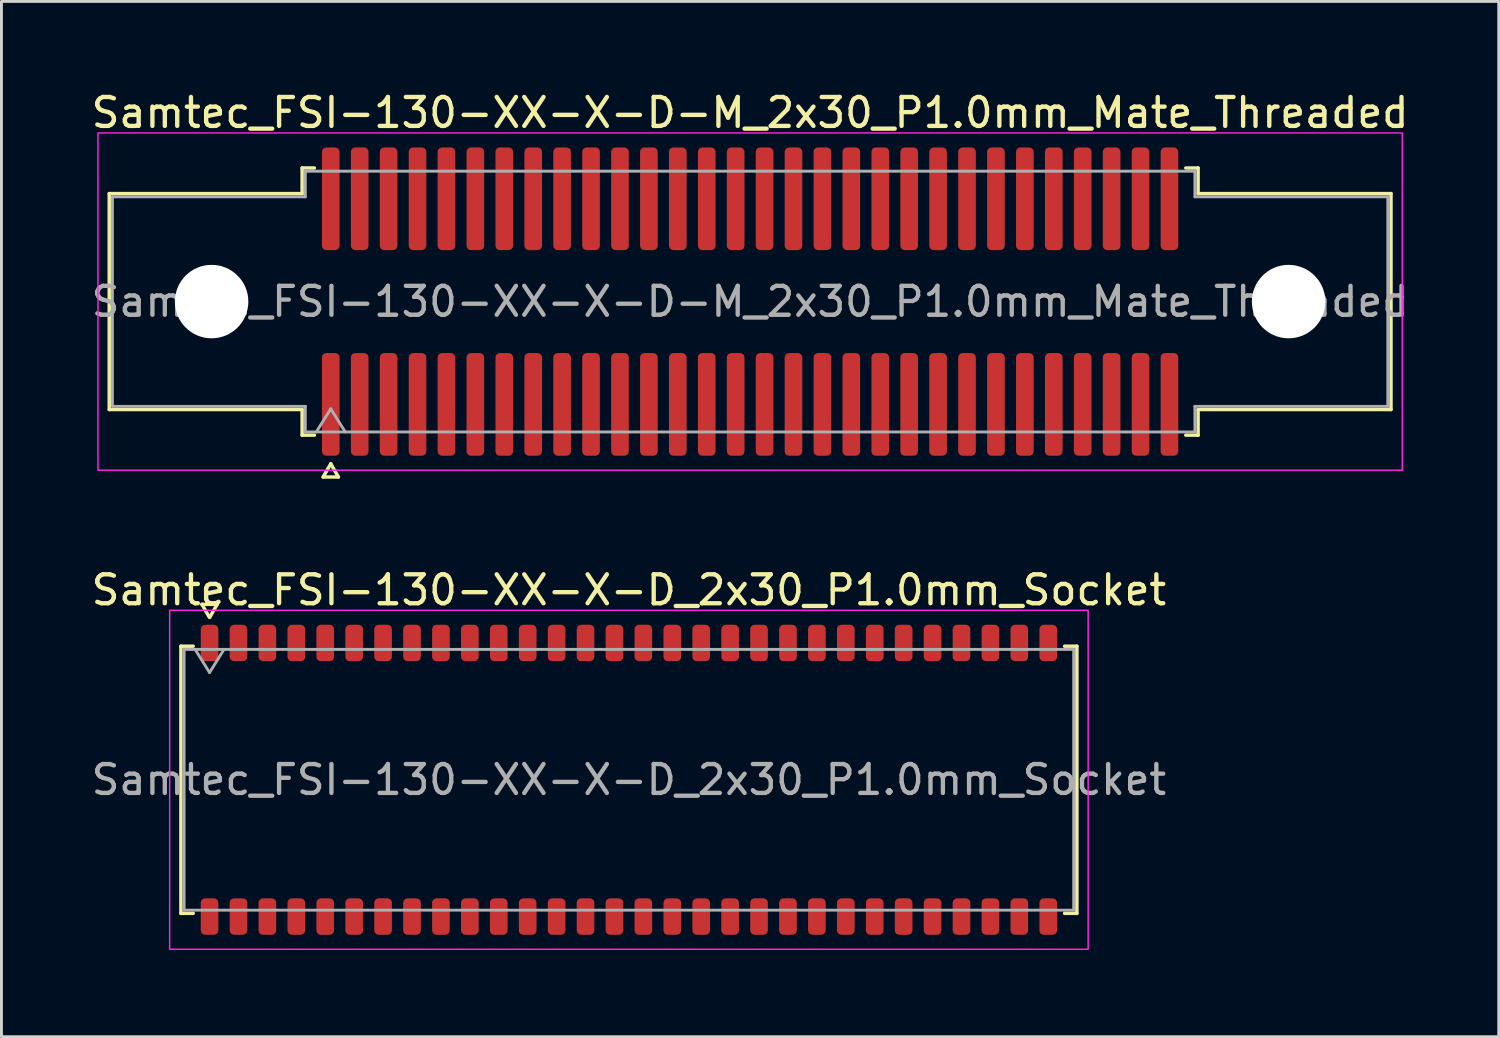
<source format=kicad_pcb>
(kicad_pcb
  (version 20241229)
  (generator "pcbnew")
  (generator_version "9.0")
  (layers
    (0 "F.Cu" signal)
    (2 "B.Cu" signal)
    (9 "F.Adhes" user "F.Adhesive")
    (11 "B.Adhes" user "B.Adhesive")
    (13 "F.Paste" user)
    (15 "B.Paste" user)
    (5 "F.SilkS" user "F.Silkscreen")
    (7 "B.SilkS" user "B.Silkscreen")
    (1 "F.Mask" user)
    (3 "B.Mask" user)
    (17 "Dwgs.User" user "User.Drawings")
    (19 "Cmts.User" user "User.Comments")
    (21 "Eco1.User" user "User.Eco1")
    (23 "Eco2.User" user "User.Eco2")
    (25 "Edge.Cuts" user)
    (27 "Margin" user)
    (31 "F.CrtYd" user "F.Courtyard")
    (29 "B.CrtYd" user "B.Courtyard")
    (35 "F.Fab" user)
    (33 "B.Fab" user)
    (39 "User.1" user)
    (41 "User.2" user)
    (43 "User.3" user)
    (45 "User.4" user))
  (footprint "Samtec_FSI-130-XX-X-D_2x30_P1.0mm_Socket"
    (layer "F.Cu")
    (at 18.696 23.913)
    (property "Reference" "Samtec_FSI-130-XX-X-D_2x30_P1.0mm_Socket" (at 0 -6.56 0) (layer "F.SilkS") (effects (font (size 1 1) (thickness 0.15))))
    (attr smd)
    (fp_line (start -15.49 -4.619) (end -15.065 -4.619) (stroke (width 0.12) (type solid)) (layer "F.SilkS"))
    (fp_line (start -15.49 4.619) (end -15.49 -4.619) (stroke (width 0.12) (type solid)) (layer "F.SilkS"))
    (fp_line (start -15.065 4.619) (end -15.49 4.619) (stroke (width 0.12) (type solid)) (layer "F.SilkS"))
    (fp_line (start -14.764 -6.066) (end -14.507 -5.62) (stroke (width 0.12) (type solid)) (layer "F.SilkS"))
    (fp_line (start -14.493 -5.62) (end -14.236 -6.066) (stroke (width 0.12) (type solid)) (layer "F.SilkS"))
    (fp_line (start -14.236 -6.066) (end -14.764 -6.066) (stroke (width 0.12) (type solid)) (layer "F.SilkS"))
    (fp_line (start 15.065 -4.619) (end 15.49 -4.619) (stroke (width 0.12) (type solid)) (layer "F.SilkS"))
    (fp_line (start 15.49 -4.619) (end 15.49 4.619) (stroke (width 0.12) (type solid)) (layer "F.SilkS"))
    (fp_line (start 15.49 4.619) (end 15.065 4.619) (stroke (width 0.12) (type solid)) (layer "F.SilkS"))
    (fp_rect (start -15.88 -5.86) (end 15.88 5.86) (stroke (width 0.05) (type solid)) (fill no) (layer "F.CrtYd"))
    (fp_line (start -15.38 -4.508) (end 15.38 -4.508) (stroke (width 0.1) (type solid)) (layer "F.Fab"))
    (fp_line (start -15.38 4.508) (end -15.38 -4.508) (stroke (width 0.1) (type solid)) (layer "F.Fab"))
    (fp_line (start -15 -4.508) (end -14.5 -3.708) (stroke (width 0.1) (type solid)) (layer "F.Fab"))
    (fp_line (start -14.5 -3.708) (end -14 -4.508) (stroke (width 0.1) (type solid)) (layer "F.Fab"))
    (fp_line (start 15.38 -4.508) (end 15.38 4.508) (stroke (width 0.1) (type solid)) (layer "F.Fab"))
    (fp_line (start 15.38 4.508) (end -15.38 4.508) (stroke (width 0.1) (type solid)) (layer "F.Fab"))
    (fp_text user "${REFERENCE}" (at 0 0 0) (layer "F.Fab") (effects (font (size 1 1) (thickness 0.15))))
    (pad "1" smd roundrect (at -14.5 -4.73) (size 0.61 1.26) (layers "F.Cu" "F.Mask" "F.Paste") (roundrect_rratio 0.25))
    (pad "2" smd roundrect (at -14.5 4.73) (size 0.61 1.26) (layers "F.Cu" "F.Mask" "F.Paste") (roundrect_rratio 0.25))
    (pad "3" smd roundrect (at -13.5 -4.73) (size 0.61 1.26) (layers "F.Cu" "F.Mask" "F.Paste") (roundrect_rratio 0.25))
    (pad "4" smd roundrect (at -13.5 4.73) (size 0.61 1.26) (layers "F.Cu" "F.Mask" "F.Paste") (roundrect_rratio 0.25))
    (pad "5" smd roundrect (at -12.5 -4.73) (size 0.61 1.26) (layers "F.Cu" "F.Mask" "F.Paste") (roundrect_rratio 0.25))
    (pad "6" smd roundrect (at -12.5 4.73) (size 0.61 1.26) (layers "F.Cu" "F.Mask" "F.Paste") (roundrect_rratio 0.25))
    (pad "7" smd roundrect (at -11.5 -4.73) (size 0.61 1.26) (layers "F.Cu" "F.Mask" "F.Paste") (roundrect_rratio 0.25))
    (pad "8" smd roundrect (at -11.5 4.73) (size 0.61 1.26) (layers "F.Cu" "F.Mask" "F.Paste") (roundrect_rratio 0.25))
    (pad "9" smd roundrect (at -10.5 -4.73) (size 0.61 1.26) (layers "F.Cu" "F.Mask" "F.Paste") (roundrect_rratio 0.25))
    (pad "10" smd roundrect (at -10.5 4.73) (size 0.61 1.26) (layers "F.Cu" "F.Mask" "F.Paste") (roundrect_rratio 0.25))
    (pad "11" smd roundrect (at -9.5 -4.73) (size 0.61 1.26) (layers "F.Cu" "F.Mask" "F.Paste") (roundrect_rratio 0.25))
    (pad "12" smd roundrect (at -9.5 4.73) (size 0.61 1.26) (layers "F.Cu" "F.Mask" "F.Paste") (roundrect_rratio 0.25))
    (pad "13" smd roundrect (at -8.5 -4.73) (size 0.61 1.26) (layers "F.Cu" "F.Mask" "F.Paste") (roundrect_rratio 0.25))
    (pad "14" smd roundrect (at -8.5 4.73) (size 0.61 1.26) (layers "F.Cu" "F.Mask" "F.Paste") (roundrect_rratio 0.25))
    (pad "15" smd roundrect (at -7.5 -4.73) (size 0.61 1.26) (layers "F.Cu" "F.Mask" "F.Paste") (roundrect_rratio 0.25))
    (pad "16" smd roundrect (at -7.5 4.73) (size 0.61 1.26) (layers "F.Cu" "F.Mask" "F.Paste") (roundrect_rratio 0.25))
    (pad "17" smd roundrect (at -6.5 -4.73) (size 0.61 1.26) (layers "F.Cu" "F.Mask" "F.Paste") (roundrect_rratio 0.25))
    (pad "18" smd roundrect (at -6.5 4.73) (size 0.61 1.26) (layers "F.Cu" "F.Mask" "F.Paste") (roundrect_rratio 0.25))
    (pad "19" smd roundrect (at -5.5 -4.73) (size 0.61 1.26) (layers "F.Cu" "F.Mask" "F.Paste") (roundrect_rratio 0.25))
    (pad "20" smd roundrect (at -5.5 4.73) (size 0.61 1.26) (layers "F.Cu" "F.Mask" "F.Paste") (roundrect_rratio 0.25))
    (pad "21" smd roundrect (at -4.5 -4.73) (size 0.61 1.26) (layers "F.Cu" "F.Mask" "F.Paste") (roundrect_rratio 0.25))
    (pad "22" smd roundrect (at -4.5 4.73) (size 0.61 1.26) (layers "F.Cu" "F.Mask" "F.Paste") (roundrect_rratio 0.25))
    (pad "23" smd roundrect (at -3.5 -4.73) (size 0.61 1.26) (layers "F.Cu" "F.Mask" "F.Paste") (roundrect_rratio 0.25))
    (pad "24" smd roundrect (at -3.5 4.73) (size 0.61 1.26) (layers "F.Cu" "F.Mask" "F.Paste") (roundrect_rratio 0.25))
    (pad "25" smd roundrect (at -2.5 -4.73) (size 0.61 1.26) (layers "F.Cu" "F.Mask" "F.Paste") (roundrect_rratio 0.25))
    (pad "26" smd roundrect (at -2.5 4.73) (size 0.61 1.26) (layers "F.Cu" "F.Mask" "F.Paste") (roundrect_rratio 0.25))
    (pad "27" smd roundrect (at -1.5 -4.73) (size 0.61 1.26) (layers "F.Cu" "F.Mask" "F.Paste") (roundrect_rratio 0.25))
    (pad "28" smd roundrect (at -1.5 4.73) (size 0.61 1.26) (layers "F.Cu" "F.Mask" "F.Paste") (roundrect_rratio 0.25))
    (pad "29" smd roundrect (at -0.5 -4.73) (size 0.61 1.26) (layers "F.Cu" "F.Mask" "F.Paste") (roundrect_rratio 0.25))
    (pad "30" smd roundrect (at -0.5 4.73) (size 0.61 1.26) (layers "F.Cu" "F.Mask" "F.Paste") (roundrect_rratio 0.25))
    (pad "31" smd roundrect (at 0.5 -4.73) (size 0.61 1.26) (layers "F.Cu" "F.Mask" "F.Paste") (roundrect_rratio 0.25))
    (pad "32" smd roundrect (at 0.5 4.73) (size 0.61 1.26) (layers "F.Cu" "F.Mask" "F.Paste") (roundrect_rratio 0.25))
    (pad "33" smd roundrect (at 1.5 -4.73) (size 0.61 1.26) (layers "F.Cu" "F.Mask" "F.Paste") (roundrect_rratio 0.25))
    (pad "34" smd roundrect (at 1.5 4.73) (size 0.61 1.26) (layers "F.Cu" "F.Mask" "F.Paste") (roundrect_rratio 0.25))
    (pad "35" smd roundrect (at 2.5 -4.73) (size 0.61 1.26) (layers "F.Cu" "F.Mask" "F.Paste") (roundrect_rratio 0.25))
    (pad "36" smd roundrect (at 2.5 4.73) (size 0.61 1.26) (layers "F.Cu" "F.Mask" "F.Paste") (roundrect_rratio 0.25))
    (pad "37" smd roundrect (at 3.5 -4.73) (size 0.61 1.26) (layers "F.Cu" "F.Mask" "F.Paste") (roundrect_rratio 0.25))
    (pad "38" smd roundrect (at 3.5 4.73) (size 0.61 1.26) (layers "F.Cu" "F.Mask" "F.Paste") (roundrect_rratio 0.25))
    (pad "39" smd roundrect (at 4.5 -4.73) (size 0.61 1.26) (layers "F.Cu" "F.Mask" "F.Paste") (roundrect_rratio 0.25))
    (pad "40" smd roundrect (at 4.5 4.73) (size 0.61 1.26) (layers "F.Cu" "F.Mask" "F.Paste") (roundrect_rratio 0.25))
    (pad "41" smd roundrect (at 5.5 -4.73) (size 0.61 1.26) (layers "F.Cu" "F.Mask" "F.Paste") (roundrect_rratio 0.25))
    (pad "42" smd roundrect (at 5.5 4.73) (size 0.61 1.26) (layers "F.Cu" "F.Mask" "F.Paste") (roundrect_rratio 0.25))
    (pad "43" smd roundrect (at 6.5 -4.73) (size 0.61 1.26) (layers "F.Cu" "F.Mask" "F.Paste") (roundrect_rratio 0.25))
    (pad "44" smd roundrect (at 6.5 4.73) (size 0.61 1.26) (layers "F.Cu" "F.Mask" "F.Paste") (roundrect_rratio 0.25))
    (pad "45" smd roundrect (at 7.5 -4.73) (size 0.61 1.26) (layers "F.Cu" "F.Mask" "F.Paste") (roundrect_rratio 0.25))
    (pad "46" smd roundrect (at 7.5 4.73) (size 0.61 1.26) (layers "F.Cu" "F.Mask" "F.Paste") (roundrect_rratio 0.25))
    (pad "47" smd roundrect (at 8.5 -4.73) (size 0.61 1.26) (layers "F.Cu" "F.Mask" "F.Paste") (roundrect_rratio 0.25))
    (pad "48" smd roundrect (at 8.5 4.73) (size 0.61 1.26) (layers "F.Cu" "F.Mask" "F.Paste") (roundrect_rratio 0.25))
    (pad "49" smd roundrect (at 9.5 -4.73) (size 0.61 1.26) (layers "F.Cu" "F.Mask" "F.Paste") (roundrect_rratio 0.25))
    (pad "50" smd roundrect (at 9.5 4.73) (size 0.61 1.26) (layers "F.Cu" "F.Mask" "F.Paste") (roundrect_rratio 0.25))
    (pad "51" smd roundrect (at 10.5 -4.73) (size 0.61 1.26) (layers "F.Cu" "F.Mask" "F.Paste") (roundrect_rratio 0.25))
    (pad "52" smd roundrect (at 10.5 4.73) (size 0.61 1.26) (layers "F.Cu" "F.Mask" "F.Paste") (roundrect_rratio 0.25))
    (pad "53" smd roundrect (at 11.5 -4.73) (size 0.61 1.26) (layers "F.Cu" "F.Mask" "F.Paste") (roundrect_rratio 0.25))
    (pad "54" smd roundrect (at 11.5 4.73) (size 0.61 1.26) (layers "F.Cu" "F.Mask" "F.Paste") (roundrect_rratio 0.25))
    (pad "55" smd roundrect (at 12.5 -4.73) (size 0.61 1.26) (layers "F.Cu" "F.Mask" "F.Paste") (roundrect_rratio 0.25))
    (pad "56" smd roundrect (at 12.5 4.73) (size 0.61 1.26) (layers "F.Cu" "F.Mask" "F.Paste") (roundrect_rratio 0.25))
    (pad "57" smd roundrect (at 13.5 -4.73) (size 0.61 1.26) (layers "F.Cu" "F.Mask" "F.Paste") (roundrect_rratio 0.25))
    (pad "58" smd roundrect (at 13.5 4.73) (size 0.61 1.26) (layers "F.Cu" "F.Mask" "F.Paste") (roundrect_rratio 0.25))
    (pad "59" smd roundrect (at 14.5 -4.73) (size 0.61 1.26) (layers "F.Cu" "F.Mask" "F.Paste") (roundrect_rratio 0.25))
    (pad "60" smd roundrect (at 14.5 4.73) (size 0.61 1.26) (layers "F.Cu" "F.Mask" "F.Paste") (roundrect_rratio 0.25)))
  (footprint "Samtec_FSI-130-XX-X-D-M_2x30_P1.0mm_Mate_Threaded"
    (layer "F.Cu")
    (at 22.887 7.378)
    (property "Reference" "Samtec_FSI-130-XX-X-D-M_2x30_P1.0mm_Mate_Threaded" (at 0 -6.53 0) (layer "F.SilkS") (effects (font (size 1 1) (thickness 0.15))))
    (attr exclude_from_pos_files exclude_from_bom)
    (fp_line (start -22.16 -3.733) (end -15.49 -3.733) (stroke (width 0.12) (type solid)) (layer "F.SilkS"))
    (fp_line (start -22.16 3.733) (end -22.16 -3.733) (stroke (width 0.12) (type solid)) (layer "F.SilkS"))
    (fp_line (start -15.49 -4.619) (end -15.065 -4.619) (stroke (width 0.12) (type solid)) (layer "F.SilkS"))
    (fp_line (start -15.49 -3.733) (end -15.49 -4.619) (stroke (width 0.12) (type solid)) (layer "F.SilkS"))
    (fp_line (start -15.49 3.733) (end -22.16 3.733) (stroke (width 0.12) (type solid)) (layer "F.SilkS"))
    (fp_line (start -15.49 4.619) (end -15.49 3.733) (stroke (width 0.12) (type solid)) (layer "F.SilkS"))
    (fp_line (start -15.065 4.619) (end -15.49 4.619) (stroke (width 0.12) (type solid)) (layer "F.SilkS"))
    (fp_line (start -14.764 6.066) (end -14.5 5.609) (stroke (width 0.12) (type solid)) (layer "F.SilkS"))
    (fp_line (start -14.5 5.609) (end -14.236 6.066) (stroke (width 0.12) (type solid)) (layer "F.SilkS"))
    (fp_line (start -14.236 6.066) (end -14.764 6.066) (stroke (width 0.12) (type solid)) (layer "F.SilkS"))
    (fp_line (start 15.065 -4.619) (end 15.49 -4.619) (stroke (width 0.12) (type solid)) (layer "F.SilkS"))
    (fp_line (start 15.49 -4.619) (end 15.49 -3.733) (stroke (width 0.12) (type solid)) (layer "F.SilkS"))
    (fp_line (start 15.49 -3.733) (end 22.16 -3.733) (stroke (width 0.12) (type solid)) (layer "F.SilkS"))
    (fp_line (start 15.49 3.733) (end 15.49 4.619) (stroke (width 0.12) (type solid)) (layer "F.SilkS"))
    (fp_line (start 15.49 4.619) (end 15.065 4.619) (stroke (width 0.12) (type solid)) (layer "F.SilkS"))
    (fp_line (start 22.16 -3.733) (end 22.16 3.733) (stroke (width 0.12) (type solid)) (layer "F.SilkS"))
    (fp_line (start 22.16 3.733) (end 15.49 3.733) (stroke (width 0.12) (type solid)) (layer "F.SilkS"))
    (fp_rect (start -22.55 -5.83) (end 22.55 5.83) (stroke (width 0.05) (type solid)) (fill no) (layer "F.CrtYd"))
    (fp_line (start -22.05 -3.623) (end -15.38 -3.623) (stroke (width 0.1) (type solid)) (layer "F.Fab"))
    (fp_line (start -22.05 3.623) (end -22.05 -3.623) (stroke (width 0.1) (type solid)) (layer "F.Fab"))
    (fp_line (start -15.38 -4.508) (end 15.38 -4.508) (stroke (width 0.1) (type solid)) (layer "F.Fab"))
    (fp_line (start -15.38 -3.623) (end -15.38 -4.508) (stroke (width 0.1) (type solid)) (layer "F.Fab"))
    (fp_line (start -15.38 3.623) (end -22.05 3.623) (stroke (width 0.1) (type solid)) (layer "F.Fab"))
    (fp_line (start -15.38 4.508) (end -15.38 3.623) (stroke (width 0.1) (type solid)) (layer "F.Fab"))
    (fp_line (start -15 4.508) (end -14.5 3.708) (stroke (width 0.1) (type solid)) (layer "F.Fab"))
    (fp_line (start -14.5 3.708) (end -14 4.508) (stroke (width 0.1) (type solid)) (layer "F.Fab"))
    (fp_line (start 15.38 -4.508) (end 15.38 -3.623) (stroke (width 0.1) (type solid)) (layer "F.Fab"))
    (fp_line (start 15.38 -3.623) (end 22.05 -3.623) (stroke (width 0.1) (type solid)) (layer "F.Fab"))
    (fp_line (start 15.38 3.623) (end 15.38 4.508) (stroke (width 0.1) (type solid)) (layer "F.Fab"))
    (fp_line (start 15.38 4.508) (end -15.38 4.508) (stroke (width 0.1) (type solid)) (layer "F.Fab"))
    (fp_line (start 22.05 -3.623) (end 22.05 3.623) (stroke (width 0.1) (type solid)) (layer "F.Fab"))
    (fp_line (start 22.05 3.623) (end 15.38 3.623) (stroke (width 0.1) (type solid)) (layer "F.Fab"))
    (fp_text user "${REFERENCE}" (at 0 0 0) (layer "F.Fab") (effects (font (size 1 1) (thickness 0.15))))
    (pad "" np_thru_hole circle (at -18.62 0) (size 2.54 2.54) (drill 2.54) (layers "*.Cu" "*.Mask"))
    (pad "" np_thru_hole circle (at 18.62 0) (size 2.54 2.54) (drill 2.54) (layers "*.Cu" "*.Mask"))
    (pad "1" smd roundrect (at -14.5 3.555) (size 0.61 3.55) (layers "F.Cu" "F.Mask") (roundrect_rratio 0.25))
    (pad "2" smd roundrect (at -14.5 -3.555) (size 0.61 3.55) (layers "F.Cu" "F.Mask") (roundrect_rratio 0.25))
    (pad "3" smd roundrect (at -13.5 3.555) (size 0.61 3.55) (layers "F.Cu" "F.Mask") (roundrect_rratio 0.25))
    (pad "4" smd roundrect (at -13.5 -3.555) (size 0.61 3.55) (layers "F.Cu" "F.Mask") (roundrect_rratio 0.25))
    (pad "5" smd roundrect (at -12.5 3.555) (size 0.61 3.55) (layers "F.Cu" "F.Mask") (roundrect_rratio 0.25))
    (pad "6" smd roundrect (at -12.5 -3.555) (size 0.61 3.55) (layers "F.Cu" "F.Mask") (roundrect_rratio 0.25))
    (pad "7" smd roundrect (at -11.5 3.555) (size 0.61 3.55) (layers "F.Cu" "F.Mask") (roundrect_rratio 0.25))
    (pad "8" smd roundrect (at -11.5 -3.555) (size 0.61 3.55) (layers "F.Cu" "F.Mask") (roundrect_rratio 0.25))
    (pad "9" smd roundrect (at -10.5 3.555) (size 0.61 3.55) (layers "F.Cu" "F.Mask") (roundrect_rratio 0.25))
    (pad "10" smd roundrect (at -10.5 -3.555) (size 0.61 3.55) (layers "F.Cu" "F.Mask") (roundrect_rratio 0.25))
    (pad "11" smd roundrect (at -9.5 3.555) (size 0.61 3.55) (layers "F.Cu" "F.Mask") (roundrect_rratio 0.25))
    (pad "12" smd roundrect (at -9.5 -3.555) (size 0.61 3.55) (layers "F.Cu" "F.Mask") (roundrect_rratio 0.25))
    (pad "13" smd roundrect (at -8.5 3.555) (size 0.61 3.55) (layers "F.Cu" "F.Mask") (roundrect_rratio 0.25))
    (pad "14" smd roundrect (at -8.5 -3.555) (size 0.61 3.55) (layers "F.Cu" "F.Mask") (roundrect_rratio 0.25))
    (pad "15" smd roundrect (at -7.5 3.555) (size 0.61 3.55) (layers "F.Cu" "F.Mask") (roundrect_rratio 0.25))
    (pad "16" smd roundrect (at -7.5 -3.555) (size 0.61 3.55) (layers "F.Cu" "F.Mask") (roundrect_rratio 0.25))
    (pad "17" smd roundrect (at -6.5 3.555) (size 0.61 3.55) (layers "F.Cu" "F.Mask") (roundrect_rratio 0.25))
    (pad "18" smd roundrect (at -6.5 -3.555) (size 0.61 3.55) (layers "F.Cu" "F.Mask") (roundrect_rratio 0.25))
    (pad "19" smd roundrect (at -5.5 3.555) (size 0.61 3.55) (layers "F.Cu" "F.Mask") (roundrect_rratio 0.25))
    (pad "20" smd roundrect (at -5.5 -3.555) (size 0.61 3.55) (layers "F.Cu" "F.Mask") (roundrect_rratio 0.25))
    (pad "21" smd roundrect (at -4.5 3.555) (size 0.61 3.55) (layers "F.Cu" "F.Mask") (roundrect_rratio 0.25))
    (pad "22" smd roundrect (at -4.5 -3.555) (size 0.61 3.55) (layers "F.Cu" "F.Mask") (roundrect_rratio 0.25))
    (pad "23" smd roundrect (at -3.5 3.555) (size 0.61 3.55) (layers "F.Cu" "F.Mask") (roundrect_rratio 0.25))
    (pad "24" smd roundrect (at -3.5 -3.555) (size 0.61 3.55) (layers "F.Cu" "F.Mask") (roundrect_rratio 0.25))
    (pad "25" smd roundrect (at -2.5 3.555) (size 0.61 3.55) (layers "F.Cu" "F.Mask") (roundrect_rratio 0.25))
    (pad "26" smd roundrect (at -2.5 -3.555) (size 0.61 3.55) (layers "F.Cu" "F.Mask") (roundrect_rratio 0.25))
    (pad "27" smd roundrect (at -1.5 3.555) (size 0.61 3.55) (layers "F.Cu" "F.Mask") (roundrect_rratio 0.25))
    (pad "28" smd roundrect (at -1.5 -3.555) (size 0.61 3.55) (layers "F.Cu" "F.Mask") (roundrect_rratio 0.25))
    (pad "29" smd roundrect (at -0.5 3.555) (size 0.61 3.55) (layers "F.Cu" "F.Mask") (roundrect_rratio 0.25))
    (pad "30" smd roundrect (at -0.5 -3.555) (size 0.61 3.55) (layers "F.Cu" "F.Mask") (roundrect_rratio 0.25))
    (pad "31" smd roundrect (at 0.5 3.555) (size 0.61 3.55) (layers "F.Cu" "F.Mask") (roundrect_rratio 0.25))
    (pad "32" smd roundrect (at 0.5 -3.555) (size 0.61 3.55) (layers "F.Cu" "F.Mask") (roundrect_rratio 0.25))
    (pad "33" smd roundrect (at 1.5 3.555) (size 0.61 3.55) (layers "F.Cu" "F.Mask") (roundrect_rratio 0.25))
    (pad "34" smd roundrect (at 1.5 -3.555) (size 0.61 3.55) (layers "F.Cu" "F.Mask") (roundrect_rratio 0.25))
    (pad "35" smd roundrect (at 2.5 3.555) (size 0.61 3.55) (layers "F.Cu" "F.Mask") (roundrect_rratio 0.25))
    (pad "36" smd roundrect (at 2.5 -3.555) (size 0.61 3.55) (layers "F.Cu" "F.Mask") (roundrect_rratio 0.25))
    (pad "37" smd roundrect (at 3.5 3.555) (size 0.61 3.55) (layers "F.Cu" "F.Mask") (roundrect_rratio 0.25))
    (pad "38" smd roundrect (at 3.5 -3.555) (size 0.61 3.55) (layers "F.Cu" "F.Mask") (roundrect_rratio 0.25))
    (pad "39" smd roundrect (at 4.5 3.555) (size 0.61 3.55) (layers "F.Cu" "F.Mask") (roundrect_rratio 0.25))
    (pad "40" smd roundrect (at 4.5 -3.555) (size 0.61 3.55) (layers "F.Cu" "F.Mask") (roundrect_rratio 0.25))
    (pad "41" smd roundrect (at 5.5 3.555) (size 0.61 3.55) (layers "F.Cu" "F.Mask") (roundrect_rratio 0.25))
    (pad "42" smd roundrect (at 5.5 -3.555) (size 0.61 3.55) (layers "F.Cu" "F.Mask") (roundrect_rratio 0.25))
    (pad "43" smd roundrect (at 6.5 3.555) (size 0.61 3.55) (layers "F.Cu" "F.Mask") (roundrect_rratio 0.25))
    (pad "44" smd roundrect (at 6.5 -3.555) (size 0.61 3.55) (layers "F.Cu" "F.Mask") (roundrect_rratio 0.25))
    (pad "45" smd roundrect (at 7.5 3.555) (size 0.61 3.55) (layers "F.Cu" "F.Mask") (roundrect_rratio 0.25))
    (pad "46" smd roundrect (at 7.5 -3.555) (size 0.61 3.55) (layers "F.Cu" "F.Mask") (roundrect_rratio 0.25))
    (pad "47" smd roundrect (at 8.5 3.555) (size 0.61 3.55) (layers "F.Cu" "F.Mask") (roundrect_rratio 0.25))
    (pad "48" smd roundrect (at 8.5 -3.555) (size 0.61 3.55) (layers "F.Cu" "F.Mask") (roundrect_rratio 0.25))
    (pad "49" smd roundrect (at 9.5 3.555) (size 0.61 3.55) (layers "F.Cu" "F.Mask") (roundrect_rratio 0.25))
    (pad "50" smd roundrect (at 9.5 -3.555) (size 0.61 3.55) (layers "F.Cu" "F.Mask") (roundrect_rratio 0.25))
    (pad "51" smd roundrect (at 10.5 3.555) (size 0.61 3.55) (layers "F.Cu" "F.Mask") (roundrect_rratio 0.25))
    (pad "52" smd roundrect (at 10.5 -3.555) (size 0.61 3.55) (layers "F.Cu" "F.Mask") (roundrect_rratio 0.25))
    (pad "53" smd roundrect (at 11.5 3.555) (size 0.61 3.55) (layers "F.Cu" "F.Mask") (roundrect_rratio 0.25))
    (pad "54" smd roundrect (at 11.5 -3.555) (size 0.61 3.55) (layers "F.Cu" "F.Mask") (roundrect_rratio 0.25))
    (pad "55" smd roundrect (at 12.5 3.555) (size 0.61 3.55) (layers "F.Cu" "F.Mask") (roundrect_rratio 0.25))
    (pad "56" smd roundrect (at 12.5 -3.555) (size 0.61 3.55) (layers "F.Cu" "F.Mask") (roundrect_rratio 0.25))
    (pad "57" smd roundrect (at 13.5 3.555) (size 0.61 3.55) (layers "F.Cu" "F.Mask") (roundrect_rratio 0.25))
    (pad "58" smd roundrect (at 13.5 -3.555) (size 0.61 3.55) (layers "F.Cu" "F.Mask") (roundrect_rratio 0.25))
    (pad "59" smd roundrect (at 14.5 3.555) (size 0.61 3.55) (layers "F.Cu" "F.Mask") (roundrect_rratio 0.25))
    (pad "60" smd roundrect (at 14.5 -3.555) (size 0.61 3.55) (layers "F.Cu" "F.Mask") (roundrect_rratio 0.25)))
  (gr_rect
    (start -3 -3)
    (end 48.774 32.797)
    (stroke (width 0.1) (type default))
    (fill no)
    (layer "Edge.Cuts")))
</source>
